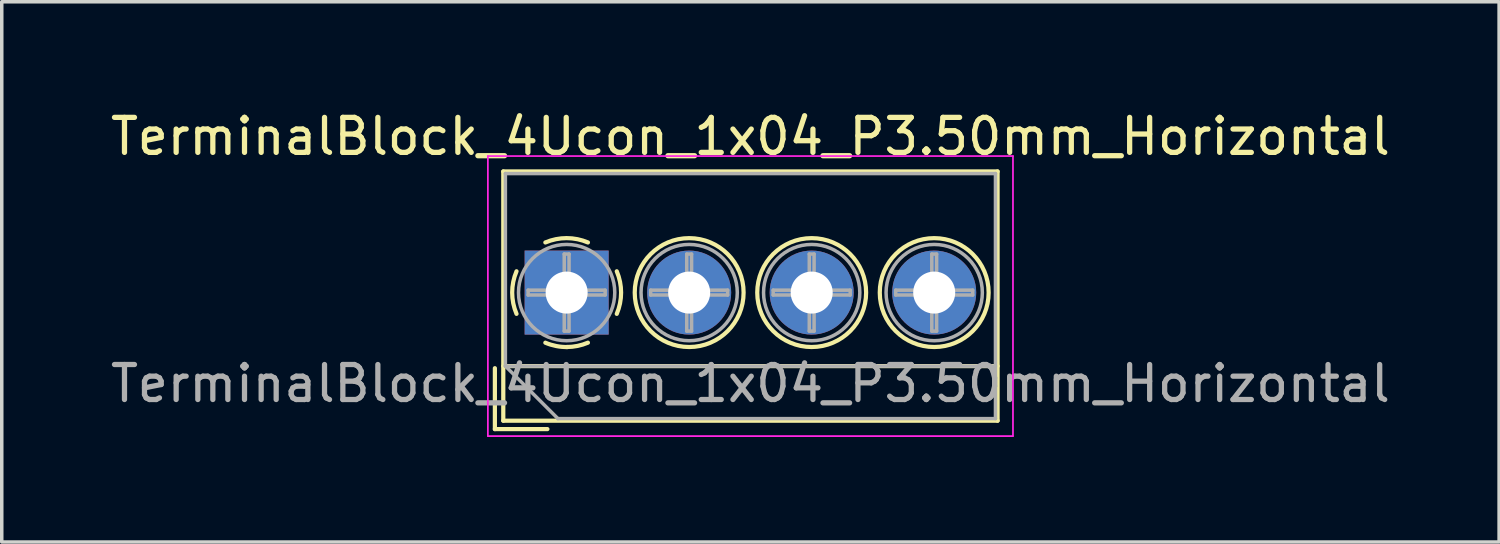
<source format=kicad_pcb>
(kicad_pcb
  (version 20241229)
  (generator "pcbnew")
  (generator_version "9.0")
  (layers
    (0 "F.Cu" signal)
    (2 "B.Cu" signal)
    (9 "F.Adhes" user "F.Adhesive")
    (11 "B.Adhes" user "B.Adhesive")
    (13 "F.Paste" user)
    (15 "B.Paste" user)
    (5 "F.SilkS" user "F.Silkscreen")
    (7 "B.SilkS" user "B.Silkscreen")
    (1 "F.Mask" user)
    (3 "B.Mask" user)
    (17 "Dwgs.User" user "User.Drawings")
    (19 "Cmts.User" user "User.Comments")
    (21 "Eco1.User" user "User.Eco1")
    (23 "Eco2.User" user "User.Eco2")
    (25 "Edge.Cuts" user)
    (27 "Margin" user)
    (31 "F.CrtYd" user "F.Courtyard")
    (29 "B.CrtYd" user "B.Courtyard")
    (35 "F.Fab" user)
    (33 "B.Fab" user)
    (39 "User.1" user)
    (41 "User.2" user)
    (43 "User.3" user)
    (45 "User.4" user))
  (footprint "TerminalBlock_4Ucon_1x04_P3.50mm_Horizontal"
    (layer "F.Cu")
    (at 13.137 5.308)
    (property "Reference" "TerminalBlock_4Ucon_1x04_P3.50mm_Horizontal" (at 5.25 -4.46 0) (layer "F.SilkS") (effects (font (size 1 1) (thickness 0.15))))
    (attr through_hole)
    (fp_line (start -2.05 2.16) (end -2.05 3.9) (stroke (width 0.12) (type solid)) (layer "F.SilkS"))
    (fp_line (start -2.05 3.9) (end -0.55 3.9) (stroke (width 0.12) (type solid)) (layer "F.SilkS"))
    (fp_line (start -1.81 -3.46) (end -1.81 3.66) (stroke (width 0.12) (type solid)) (layer "F.SilkS"))
    (fp_line (start -1.81 2.1) (end 12.31 2.1) (stroke (width 0.12) (type solid)) (layer "F.SilkS"))
    (fp_line (start -1.81 3.66) (end 12.31 3.66) (stroke (width 0.12) (type solid)) (layer "F.SilkS"))
    (fp_line (start 12.31 -3.46) (end -1.81 -3.46) (stroke (width 0.12) (type solid)) (layer "F.SilkS"))
    (fp_line (start 12.31 3.66) (end 12.31 -3.46) (stroke (width 0.12) (type solid)) (layer "F.SilkS"))
    (fp_arc (start -1.432109 0.607742) (mid -1.555727 -0.00014) (end -1.432 -0.608) (stroke (width 0.12) (type solid)) (layer "F.SilkS"))
    (fp_arc (start -0.607742 -1.432109) (mid 0.00014 -1.555727) (end 0.608 -1.432) (stroke (width 0.12) (type solid)) (layer "F.SilkS"))
    (fp_arc (start 0.027011 1.555493) (mid -0.296984 1.527118) (end -0.608 1.432) (stroke (width 0.12) (type solid)) (layer "F.SilkS"))
    (fp_arc (start 0.607587 1.431385) (mid 0.310017 1.523783) (end 0 1.555) (stroke (width 0.12) (type solid)) (layer "F.SilkS"))
    (fp_arc (start 1.432109 -0.607742) (mid 1.555727 0.00014) (end 1.432 0.608) (stroke (width 0.12) (type solid)) (layer "F.SilkS"))
    (fp_circle (center 3.5 0) (end 5.055 0) (stroke (width 0.12) (type solid)) (fill no) (layer "F.SilkS"))
    (fp_circle (center 7 0) (end 8.555 0) (stroke (width 0.12) (type solid)) (fill no) (layer "F.SilkS"))
    (fp_circle (center 10.5 0) (end 12.055 0) (stroke (width 0.12) (type solid)) (fill no) (layer "F.SilkS"))
    (fp_line (start -2.25 -3.9) (end -2.25 4.1) (stroke (width 0.05) (type solid)) (layer "F.CrtYd"))
    (fp_line (start -2.25 4.1) (end 12.75 4.1) (stroke (width 0.05) (type solid)) (layer "F.CrtYd"))
    (fp_line (start 12.75 -3.9) (end -2.25 -3.9) (stroke (width 0.05) (type solid)) (layer "F.CrtYd"))
    (fp_line (start 12.75 4.1) (end 12.75 -3.9) (stroke (width 0.05) (type solid)) (layer "F.CrtYd"))
    (fp_line (start -1.75 -3.4) (end 12.25 -3.4) (stroke (width 0.1) (type solid)) (layer "F.Fab"))
    (fp_line (start -1.75 2.1) (end -1.75 -3.4) (stroke (width 0.1) (type solid)) (layer "F.Fab"))
    (fp_line (start -1.75 2.1) (end 12.25 2.1) (stroke (width 0.1) (type solid)) (layer "F.Fab"))
    (fp_line (start -1.1 -0.069) (end -0.069 -0.069) (stroke (width 0.1) (type solid)) (layer "F.Fab"))
    (fp_line (start -1.1 0.069) (end -1.1 -0.069) (stroke (width 0.1) (type solid)) (layer "F.Fab"))
    (fp_line (start -0.25 3.6) (end -1.75 2.1) (stroke (width 0.1) (type solid)) (layer "F.Fab"))
    (fp_line (start -0.069 -1.1) (end 0.069 -1.1) (stroke (width 0.1) (type solid)) (layer "F.Fab"))
    (fp_line (start -0.069 -0.069) (end -0.069 -1.1) (stroke (width 0.1) (type solid)) (layer "F.Fab"))
    (fp_line (start -0.069 0.069) (end -1.1 0.069) (stroke (width 0.1) (type solid)) (layer "F.Fab"))
    (fp_line (start -0.069 1.1) (end -0.069 0.069) (stroke (width 0.1) (type solid)) (layer "F.Fab"))
    (fp_line (start 0.069 -1.1) (end 0.069 -0.069) (stroke (width 0.1) (type solid)) (layer "F.Fab"))
    (fp_line (start 0.069 -0.069) (end 1.1 -0.069) (stroke (width 0.1) (type solid)) (layer "F.Fab"))
    (fp_line (start 0.069 0.069) (end 0.069 1.1) (stroke (width 0.1) (type solid)) (layer "F.Fab"))
    (fp_line (start 0.069 1.1) (end -0.069 1.1) (stroke (width 0.1) (type solid)) (layer "F.Fab"))
    (fp_line (start 1.1 -0.069) (end 1.1 0.069) (stroke (width 0.1) (type solid)) (layer "F.Fab"))
    (fp_line (start 1.1 0.069) (end 0.069 0.069) (stroke (width 0.1) (type solid)) (layer "F.Fab"))
    (fp_line (start 2.4 -0.069) (end 3.431 -0.069) (stroke (width 0.1) (type solid)) (layer "F.Fab"))
    (fp_line (start 2.4 0.069) (end 2.4 -0.069) (stroke (width 0.1) (type solid)) (layer "F.Fab"))
    (fp_line (start 3.431 -1.1) (end 3.569 -1.1) (stroke (width 0.1) (type solid)) (layer "F.Fab"))
    (fp_line (start 3.431 -0.069) (end 3.431 -1.1) (stroke (width 0.1) (type solid)) (layer "F.Fab"))
    (fp_line (start 3.431 0.069) (end 2.4 0.069) (stroke (width 0.1) (type solid)) (layer "F.Fab"))
    (fp_line (start 3.431 1.1) (end 3.431 0.069) (stroke (width 0.1) (type solid)) (layer "F.Fab"))
    (fp_line (start 3.569 -1.1) (end 3.569 -0.069) (stroke (width 0.1) (type solid)) (layer "F.Fab"))
    (fp_line (start 3.569 -0.069) (end 4.6 -0.069) (stroke (width 0.1) (type solid)) (layer "F.Fab"))
    (fp_line (start 3.569 0.069) (end 3.569 1.1) (stroke (width 0.1) (type solid)) (layer "F.Fab"))
    (fp_line (start 3.569 1.1) (end 3.431 1.1) (stroke (width 0.1) (type solid)) (layer "F.Fab"))
    (fp_line (start 4.6 -0.069) (end 4.6 0.069) (stroke (width 0.1) (type solid)) (layer "F.Fab"))
    (fp_line (start 4.6 0.069) (end 3.569 0.069) (stroke (width 0.1) (type solid)) (layer "F.Fab"))
    (fp_line (start 5.9 -0.069) (end 6.931 -0.069) (stroke (width 0.1) (type solid)) (layer "F.Fab"))
    (fp_line (start 5.9 0.069) (end 5.9 -0.069) (stroke (width 0.1) (type solid)) (layer "F.Fab"))
    (fp_line (start 6.931 -1.1) (end 7.069 -1.1) (stroke (width 0.1) (type solid)) (layer "F.Fab"))
    (fp_line (start 6.931 -0.069) (end 6.931 -1.1) (stroke (width 0.1) (type solid)) (layer "F.Fab"))
    (fp_line (start 6.931 0.069) (end 5.9 0.069) (stroke (width 0.1) (type solid)) (layer "F.Fab"))
    (fp_line (start 6.931 1.1) (end 6.931 0.069) (stroke (width 0.1) (type solid)) (layer "F.Fab"))
    (fp_line (start 7.069 -1.1) (end 7.069 -0.069) (stroke (width 0.1) (type solid)) (layer "F.Fab"))
    (fp_line (start 7.069 -0.069) (end 8.1 -0.069) (stroke (width 0.1) (type solid)) (layer "F.Fab"))
    (fp_line (start 7.069 0.069) (end 7.069 1.1) (stroke (width 0.1) (type solid)) (layer "F.Fab"))
    (fp_line (start 7.069 1.1) (end 6.931 1.1) (stroke (width 0.1) (type solid)) (layer "F.Fab"))
    (fp_line (start 8.1 -0.069) (end 8.1 0.069) (stroke (width 0.1) (type solid)) (layer "F.Fab"))
    (fp_line (start 8.1 0.069) (end 7.069 0.069) (stroke (width 0.1) (type solid)) (layer "F.Fab"))
    (fp_line (start 9.4 -0.069) (end 10.431 -0.069) (stroke (width 0.1) (type solid)) (layer "F.Fab"))
    (fp_line (start 9.4 0.069) (end 9.4 -0.069) (stroke (width 0.1) (type solid)) (layer "F.Fab"))
    (fp_line (start 10.431 -1.1) (end 10.569 -1.1) (stroke (width 0.1) (type solid)) (layer "F.Fab"))
    (fp_line (start 10.431 -0.069) (end 10.431 -1.1) (stroke (width 0.1) (type solid)) (layer "F.Fab"))
    (fp_line (start 10.431 0.069) (end 9.4 0.069) (stroke (width 0.1) (type solid)) (layer "F.Fab"))
    (fp_line (start 10.431 1.1) (end 10.431 0.069) (stroke (width 0.1) (type solid)) (layer "F.Fab"))
    (fp_line (start 10.569 -1.1) (end 10.569 -0.069) (stroke (width 0.1) (type solid)) (layer "F.Fab"))
    (fp_line (start 10.569 -0.069) (end 11.6 -0.069) (stroke (width 0.1) (type solid)) (layer "F.Fab"))
    (fp_line (start 10.569 0.069) (end 10.569 1.1) (stroke (width 0.1) (type solid)) (layer "F.Fab"))
    (fp_line (start 10.569 1.1) (end 10.431 1.1) (stroke (width 0.1) (type solid)) (layer "F.Fab"))
    (fp_line (start 11.6 -0.069) (end 11.6 0.069) (stroke (width 0.1) (type solid)) (layer "F.Fab"))
    (fp_line (start 11.6 0.069) (end 10.569 0.069) (stroke (width 0.1) (type solid)) (layer "F.Fab"))
    (fp_line (start 12.25 -3.4) (end 12.25 3.6) (stroke (width 0.1) (type solid)) (layer "F.Fab"))
    (fp_line (start 12.25 3.6) (end -0.25 3.6) (stroke (width 0.1) (type solid)) (layer "F.Fab"))
    (fp_circle (center 0 0) (end 1.375 0) (stroke (width 0.1) (type solid)) (fill no) (layer "F.Fab"))
    (fp_circle (center 3.5 0) (end 4.875 0) (stroke (width 0.1) (type solid)) (fill no) (layer "F.Fab"))
    (fp_circle (center 7 0) (end 8.375 0) (stroke (width 0.1) (type solid)) (fill no) (layer "F.Fab"))
    (fp_circle (center 10.5 0) (end 11.875 0) (stroke (width 0.1) (type solid)) (fill no) (layer "F.Fab"))
    (fp_text user "${REFERENCE}" (at 5.25 2.6 0) (layer "F.Fab") (effects (font (size 1 1) (thickness 0.15))))
    (pad "1" thru_hole rect (at 0 0) (size 2.4 2.4) (drill 1.2) (layers "*.Cu" "*.Mask"))
    (pad "2" thru_hole circle (at 3.5 0) (size 2.4 2.4) (drill 1.2) (layers "*.Cu" "*.Mask"))
    (pad "3" thru_hole circle (at 7 0) (size 2.4 2.4) (drill 1.2) (layers "*.Cu" "*.Mask"))
    (pad "4" thru_hole circle (at 10.5 0) (size 2.4 2.4) (drill 1.2) (layers "*.Cu" "*.Mask")))
  (gr_rect
    (start -3 -3)
    (end 39.774 12.433)
    (stroke (width 0.1) (type default))
    (fill no)
    (layer "Edge.Cuts")))
</source>
